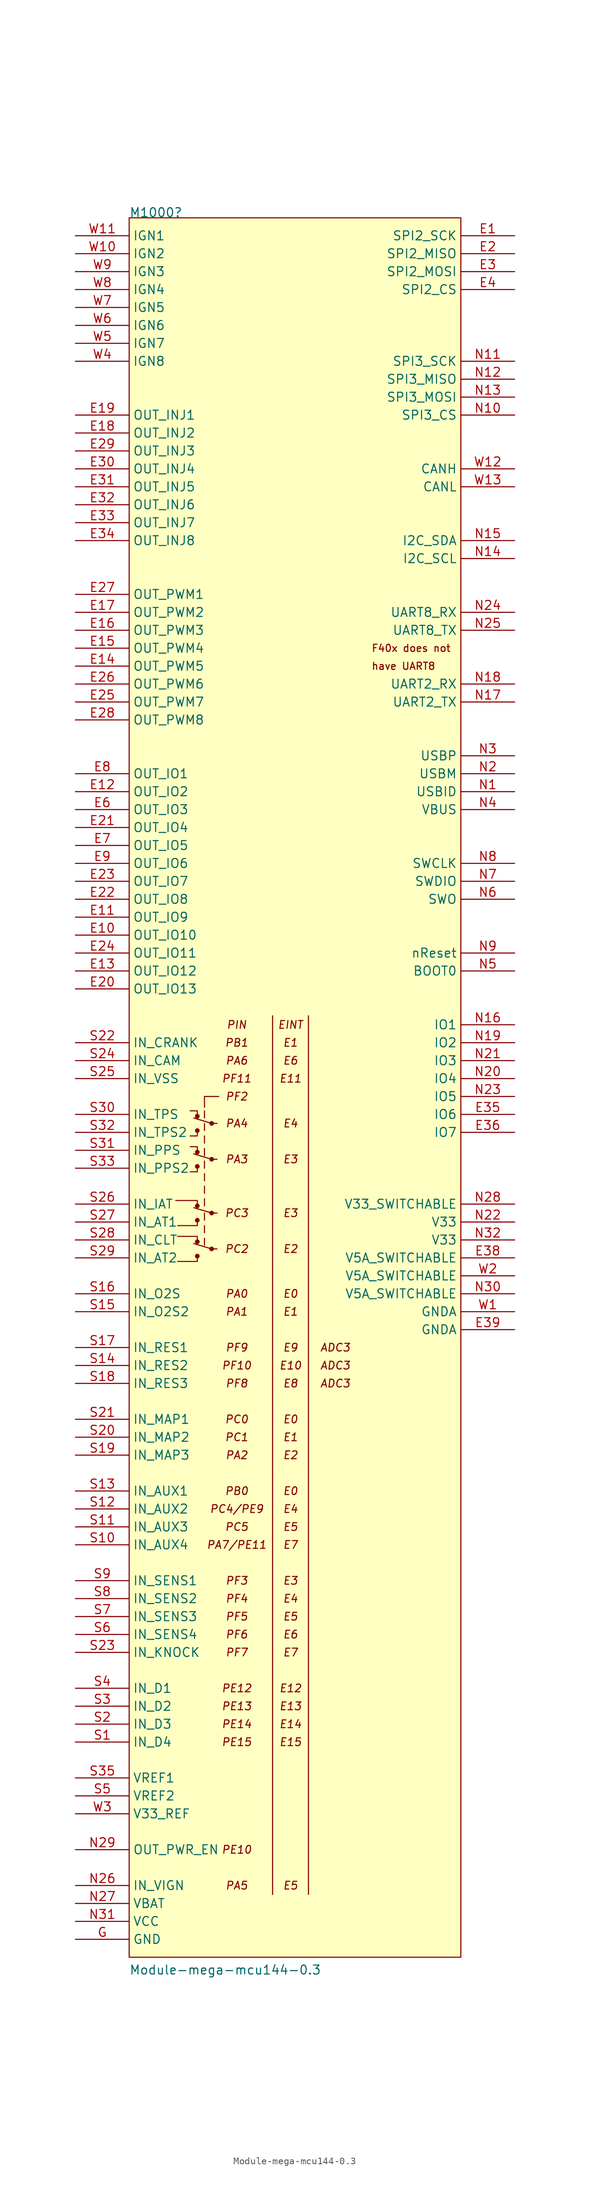
<source format=kicad_sym>
(kicad_symbol_lib
  (version 20211014)
  (generator kicad_symbol_editor)
  (symbol "Module-mega-mcu144-0.3"
    (property "Reference" "M1000"
      (at 7.62 2.54 0)
      (effects (font (size 1.27 1.27)) (justify left bottom)))
    (property "Value" "Module-mega-mcu144-0.3"
      (at 7.62 -246.38 0)
      (effects (font (size 1.27 1.27)) (justify left bottom)))
    (symbol "Module-mega-mcu144-0.3_0_1"
      (polyline (pts (xy 16.764 -142.748) (xy 19.304 -143.51)) (stroke (width 0) (type default) (color 0 0 0 0)) (fill (type none)))
      (polyline (pts (xy 16.764 -137.668) (xy 19.304 -138.43)) (stroke (width 0) (type default) (color 0 0 0 0)) (fill (type none)))
      (polyline (pts (xy 16.764 -130.048) (xy 19.304 -130.81)) (stroke (width 0) (type default) (color 0 0 0 0)) (fill (type none)))
      (polyline (pts (xy 16.764 -124.968) (xy 19.304 -125.73)) (stroke (width 0) (type default) (color 0 0 0 0)) (fill (type none)))
      (polyline (pts (xy 18.288 -143.002) (xy 18.288 -141.986)) (stroke (width 0) (type default) (color 0 0 0 0)) (fill (type none)))
      (polyline (pts (xy 18.288 -141.224) (xy 18.288 -140.208)) (stroke (width 0) (type default) (color 0 0 0 0)) (fill (type none)))
      (polyline (pts (xy 18.288 -139.446) (xy 18.288 -138.43)) (stroke (width 0) (type default) (color 0 0 0 0)) (fill (type none)))
      (polyline (pts (xy 18.288 -137.414) (xy 18.288 -136.398)) (stroke (width 0) (type default) (color 0 0 0 0)) (fill (type none)))
      (polyline (pts (xy 18.288 -135.636) (xy 18.288 -134.62)) (stroke (width 0) (type default) (color 0 0 0 0)) (fill (type none)))
      (polyline (pts (xy 18.288 -133.858) (xy 18.288 -132.842)) (stroke (width 0) (type default) (color 0 0 0 0)) (fill (type none)))
      (polyline (pts (xy 18.288 -132.08) (xy 18.288 -131.064)) (stroke (width 0) (type default) (color 0 0 0 0)) (fill (type none)))
      (polyline (pts (xy 18.288 -130.302) (xy 18.288 -129.286)) (stroke (width 0) (type default) (color 0 0 0 0)) (fill (type none)))
      (polyline (pts (xy 18.288 -128.524) (xy 18.288 -127.508)) (stroke (width 0) (type default) (color 0 0 0 0)) (fill (type none)))
      (polyline (pts (xy 18.288 -126.746) (xy 18.288 -125.73)) (stroke (width 0) (type default) (color 0 0 0 0)) (fill (type none)))
      (polyline (pts (xy 18.288 -124.968) (xy 18.288 -123.952)) (stroke (width 0) (type default) (color 0 0 0 0)) (fill (type none)))
      (polyline (pts (xy 18.288 -123.444) (xy 18.288 -121.92)) (stroke (width 0) (type default) (color 0 0 0 0)) (fill (type none)))
      (polyline (pts (xy 18.288 -121.92) (xy 20.32 -121.92)) (stroke (width 0) (type default) (color 0 0 0 0)) (fill (type none)))
      (polyline (pts (xy 19.304 -143.51) (xy 20.066 -143.51)) (stroke (width 0) (type default) (color 0 0 0 0)) (fill (type none)))
      (polyline (pts (xy 19.304 -138.43) (xy 20.066 -138.43)) (stroke (width 0) (type default) (color 0 0 0 0)) (fill (type none)))
      (polyline (pts (xy 19.304 -130.81) (xy 20.066 -130.81)) (stroke (width 0) (type default) (color 0 0 0 0)) (fill (type none)))
      (polyline (pts (xy 19.304 -125.73) (xy 20.066 -125.73)) (stroke (width 0) (type default) (color 0 0 0 0)) (fill (type none)))
      (polyline (pts (xy 17.272 -144.526) (xy 17.272 -145.288) (xy 14.478 -145.288)) (stroke (width 0) (type default) (color 0 0 0 0)) (fill (type none)))
      (polyline (pts (xy 17.272 -142.494) (xy 17.272 -141.732) (xy 14.478 -141.732)) (stroke (width 0) (type default) (color 0 0 0 0)) (fill (type none)))
      (polyline (pts (xy 17.272 -139.446) (xy 17.272 -140.208) (xy 14.478 -140.208)) (stroke (width 0) (type default) (color 0 0 0 0)) (fill (type none)))
      (polyline (pts (xy 17.272 -137.414) (xy 17.272 -136.652) (xy 14.224 -136.652)) (stroke (width 0) (type default) (color 0 0 0 0)) (fill (type none)))
      (polyline (pts (xy 17.272 -131.826) (xy 17.272 -132.588) (xy 16.256 -132.588)) (stroke (width 0) (type default) (color 0 0 0 0)) (fill (type none)))
      (polyline (pts (xy 17.272 -129.794) (xy 17.272 -129.032) (xy 16.256 -129.032)) (stroke (width 0) (type default) (color 0 0 0 0)) (fill (type none)))
      (polyline (pts (xy 17.272 -126.746) (xy 17.272 -127.508) (xy 16.256 -127.508)) (stroke (width 0) (type default) (color 0 0 0 0)) (fill (type none)))
      (polyline (pts (xy 17.272 -124.714) (xy 17.272 -123.952) (xy 16.256 -123.952)) (stroke (width 0) (type default) (color 0 0 0 0)) (fill (type none)))
      (circle (center 17.272 -144.526) (radius 0.254) (stroke (width 0) (type default) (color 0 0 0 0)) (fill (type outline)))
      (circle (center 17.272 -142.494) (radius 0.254) (stroke (width 0) (type default) (color 0 0 0 0)) (fill (type outline)))
      (circle (center 17.272 -139.446) (radius 0.254) (stroke (width 0) (type default) (color 0 0 0 0)) (fill (type outline)))
      (circle (center 17.272 -137.414) (radius 0.254) (stroke (width 0) (type default) (color 0 0 0 0)) (fill (type outline)))
      (circle (center 17.272 -131.826) (radius 0.254) (stroke (width 0) (type default) (color 0 0 0 0)) (fill (type outline)))
      (circle (center 17.272 -129.794) (radius 0.254) (stroke (width 0) (type default) (color 0 0 0 0)) (fill (type outline)))
      (circle (center 17.272 -126.746) (radius 0.254) (stroke (width 0) (type default) (color 0 0 0 0)) (fill (type outline)))
      (circle (center 17.272 -124.714) (radius 0.254) (stroke (width 0) (type default) (color 0 0 0 0)) (fill (type outline)))
      (circle (center 19.304 -143.51) (radius 0.254) (stroke (width 0) (type default) (color 0 0 0 0)) (fill (type outline)))
      (circle (center 19.304 -138.43) (radius 0.254) (stroke (width 0) (type default) (color 0 0 0 0)) (fill (type outline)))
      (circle (center 19.304 -130.81) (radius 0.254) (stroke (width 0) (type default) (color 0 0 0 0)) (fill (type outline)))
      (circle (center 19.304 -125.73) (radius 0.254) (stroke (width 0) (type default) (color 0 0 0 0)) (fill (type outline))))
    (symbol "Module-mega-mcu144-0.3_1_0"
      (polyline (pts (xy 27.94 -110.49) (xy 27.94 -234.95)) (stroke (width 0) (type default) (color 0 0 0 0)) (fill (type none)))
      (polyline (pts (xy 33.02 -110.49) (xy 33.02 -234.95)) (stroke (width 0) (type default) (color 0 0 0 0)) (fill (type none)))
      (rectangle (start 7.62 2.54) (end 54.61 -243.84) (stroke (width 0) (type default) (color 0 0 0 0)) (fill (type background)))
      (text "ADC3" (at 36.83 -162.56 0) (effects (font (size 1.1 1.1) italic)))
      (text "ADC3" (at 36.83 -160.02 0) (effects (font (size 1.1 1.1) italic)))
      (text "ADC3" (at 36.83 -157.48 0) (effects (font (size 1.1 1.1) italic)))
      (text "E0" (at 30.48 -177.8 0) (effects (font (size 1.1 1.1) italic)))
      (text "E0" (at 30.48 -167.64 0) (effects (font (size 1.1 1.1) italic)))
      (text "E0" (at 30.48 -149.86 0) (effects (font (size 1.1 1.1) italic)))
      (text "E1" (at 30.48 -170.18 0) (effects (font (size 1.1 1.1) italic)))
      (text "E1" (at 30.48 -152.4 0) (effects (font (size 1.1 1.1) italic)))
      (text "E1" (at 30.48 -114.3 0) (effects (font (size 1.1 1.1) italic)))
      (text "E10" (at 30.48 -160.02 0) (effects (font (size 1.1 1.1) italic)))
      (text "E11" (at 30.48 -119.38 0) (effects (font (size 1.1 1.1) italic)))
      (text "E12" (at 30.48 -205.74 0) (effects (font (size 1.1 1.1) italic)))
      (text "E13" (at 30.48 -208.28 0) (effects (font (size 1.1 1.1) italic)))
      (text "E14" (at 30.48 -210.82 0) (effects (font (size 1.1 1.1) italic)))
      (text "E15" (at 30.48 -213.36 0) (effects (font (size 1.1 1.1) italic)))
      (text "E2" (at 30.48 -172.72 0) (effects (font (size 1.1 1.1) italic)))
      (text "E2" (at 30.48 -143.51 0) (effects (font (size 1.1 1.1) italic)))
      (text "E3" (at 30.48 -190.5 0) (effects (font (size 1.1 1.1) italic)))
      (text "E3" (at 30.48 -138.43 0) (effects (font (size 1.1 1.1) italic)))
      (text "E3" (at 30.48 -130.81 0) (effects (font (size 1.1 1.1) italic)))
      (text "E4" (at 30.48 -193.04 0) (effects (font (size 1.1 1.1) italic)))
      (text "E4" (at 30.48 -180.34 0) (effects (font (size 1.1 1.1) italic)))
      (text "E4" (at 30.48 -125.73 0) (effects (font (size 1.1 1.1) italic)))
      (text "E5" (at 30.48 -233.68 0) (effects (font (size 1.1 1.1) italic)))
      (text "E5" (at 30.48 -195.58 0) (effects (font (size 1.1 1.1) italic)))
      (text "E5" (at 30.48 -182.88 0) (effects (font (size 1.1 1.1) italic)))
      (text "E6" (at 30.48 -198.12 0) (effects (font (size 1.1 1.1) italic)))
      (text "E6" (at 30.48 -116.84 0) (effects (font (size 1.1 1.1) italic)))
      (text "E7" (at 30.48 -200.66 0) (effects (font (size 1.1 1.1) italic)))
      (text "E7" (at 30.48 -185.42 0) (effects (font (size 1.1 1.1) italic)))
      (text "E8" (at 30.48 -162.56 0) (effects (font (size 1.1 1.1) italic)))
      (text "E9" (at 30.48 -157.48 0) (effects (font (size 1.1 1.1) italic)))
      (text "EINT" (at 30.48 -111.76 0) (effects (font (size 1.1 1.1) italic)))
      (text "F40x does not" (at 41.91 -58.42 0) (effects (font (size 1.016 1.016)) (justify left)))
      (text "have UART8" (at 41.91 -60.96 0) (effects (font (size 1.016 1.016)) (justify left)))
      (text "PA0" (at 22.86 -149.86 0) (effects (font (size 1.1 1.1) italic)))
      (text "PA1" (at 22.86 -152.4 0) (effects (font (size 1.1 1.1) italic)))
      (text "PA2" (at 22.86 -172.72 0) (effects (font (size 1.1 1.1) italic)))
      (text "PA3" (at 22.86 -130.81 0) (effects (font (size 1.1 1.1) italic)))
      (text "PA4" (at 22.86 -125.73 0) (effects (font (size 1.1 1.1) italic)))
      (text "PA5" (at 22.86 -233.68 0) (effects (font (size 1.1 1.1) italic)))
      (text "PA6" (at 22.86 -116.84 0) (effects (font (size 1.1 1.1) italic)))
      (text "PA7/PE11" (at 22.86 -185.42 0) (effects (font (size 1.1 1.1) italic)))
      (text "PB0" (at 22.86 -177.8 0) (effects (font (size 1.1 1.1) italic)))
      (text "PB1" (at 22.86 -114.3 0) (effects (font (size 1.1 1.1) italic)))
      (text "PC0" (at 22.86 -167.64 0) (effects (font (size 1.1 1.1) italic)))
      (text "PC1" (at 22.86 -170.18 0) (effects (font (size 1.1 1.1) italic)))
      (text "PC2" (at 22.86 -143.51 0) (effects (font (size 1.1 1.1) italic)))
      (text "PC3" (at 22.86 -138.43 0) (effects (font (size 1.1 1.1) italic)))
      (text "PC4/PE9" (at 22.86 -180.34 0) (effects (font (size 1.1 1.1) italic)))
      (text "PC5" (at 22.86 -182.88 0) (effects (font (size 1.1 1.1) italic)))
      (text "PE10" (at 22.86 -228.6 0) (effects (font (size 1.1 1.1) italic)))
      (text "PE12" (at 22.86 -205.74 0) (effects (font (size 1.1 1.1) italic)))
      (text "PE13" (at 22.86 -208.28 0) (effects (font (size 1.1 1.1) italic)))
      (text "PE14" (at 22.86 -210.82 0) (effects (font (size 1.1 1.1) italic)))
      (text "PE15" (at 22.86 -213.36 0) (effects (font (size 1.1 1.1) italic)))
      (text "PF10" (at 22.86 -160.02 0) (effects (font (size 1.1 1.1) italic)))
      (text "PF11" (at 22.86 -119.38 0) (effects (font (size 1.1 1.1) italic)))
      (text "PF2" (at 22.86 -121.92 0) (effects (font (size 1.1 1.1) italic)))
      (text "PF3" (at 22.86 -190.5 0) (effects (font (size 1.1 1.1) italic)))
      (text "PF4" (at 22.86 -193.04 0) (effects (font (size 1.1 1.1) italic)))
      (text "PF5" (at 22.86 -195.58 0) (effects (font (size 1.1 1.1) italic)))
      (text "PF6" (at 22.86 -198.12 0) (effects (font (size 1.1 1.1) italic)))
      (text "PF7" (at 22.86 -200.66 0) (effects (font (size 1.1 1.1) italic)))
      (text "PF8" (at 22.86 -162.56 0) (effects (font (size 1.1 1.1) italic)))
      (text "PF9" (at 22.86 -157.48 0) (effects (font (size 1.1 1.1) italic)))
      (text "PIN" (at 22.86 -111.76 0) (effects (font (size 1.1 1.1) italic)))
      (pin passive line (at 62.23 0 180) (length 7.62) (name "SPI2_SCK" (effects (font (size 1.27 1.27)))) (number "E1" (effects (font (size 1.27 1.27)))))
      (pin passive line (at 0 -99.06 0) (length 7.62) (name "OUT_IO10" (effects (font (size 1.27 1.27)))) (number "E10" (effects (font (size 1.27 1.27)))))
      (pin passive line (at 0 -96.52 0) (length 7.62) (name "OUT_IO9" (effects (font (size 1.27 1.27)))) (number "E11" (effects (font (size 1.27 1.27)))))
      (pin passive line (at 0 -78.74 0) (length 7.62) (name "OUT_IO2" (effects (font (size 1.27 1.27)))) (number "E12" (effects (font (size 1.27 1.27)))))
      (pin passive line (at 0 -104.14 0) (length 7.62) (name "OUT_IO12" (effects (font (size 1.27 1.27)))) (number "E13" (effects (font (size 1.27 1.27)))))
      (pin passive line (at 0 -60.96 0) (length 7.62) (name "OUT_PWM5" (effects (font (size 1.27 1.27)))) (number "E14" (effects (font (size 1.27 1.27)))))
      (pin passive line (at 0 -58.42 0) (length 7.62) (name "OUT_PWM4" (effects (font (size 1.27 1.27)))) (number "E15" (effects (font (size 1.27 1.27)))))
      (pin passive line (at 0 -55.88 0) (length 7.62) (name "OUT_PWM3" (effects (font (size 1.27 1.27)))) (number "E16" (effects (font (size 1.27 1.27)))))
      (pin passive line (at 0 -53.34 0) (length 7.62) (name "OUT_PWM2" (effects (font (size 1.27 1.27)))) (number "E17" (effects (font (size 1.27 1.27)))))
      (pin passive line (at 0 -27.94 0) (length 7.62) (name "OUT_INJ2" (effects (font (size 1.27 1.27)))) (number "E18" (effects (font (size 1.27 1.27)))))
      (pin passive line (at 0 -25.4 0) (length 7.62) (name "OUT_INJ1" (effects (font (size 1.27 1.27)))) (number "E19" (effects (font (size 1.27 1.27)))))
      (pin passive line (at 62.23 -2.54 180) (length 7.62) (name "SPI2_MISO" (effects (font (size 1.27 1.27)))) (number "E2" (effects (font (size 1.27 1.27)))))
      (pin passive line (at 0 -106.68 0) (length 7.62) (name "OUT_IO13" (effects (font (size 1.27 1.27)))) (number "E20" (effects (font (size 1.27 1.27)))))
      (pin passive line (at 0 -83.82 0) (length 7.62) (name "OUT_IO4" (effects (font (size 1.27 1.27)))) (number "E21" (effects (font (size 1.27 1.27)))))
      (pin passive line (at 0 -93.98 0) (length 7.62) (name "OUT_IO8" (effects (font (size 1.27 1.27)))) (number "E22" (effects (font (size 1.27 1.27)))))
      (pin passive line (at 0 -91.44 0) (length 7.62) (name "OUT_IO7" (effects (font (size 1.27 1.27)))) (number "E23" (effects (font (size 1.27 1.27)))))
      (pin passive line (at 0 -101.6 0) (length 7.62) (name "OUT_IO11" (effects (font (size 1.27 1.27)))) (number "E24" (effects (font (size 1.27 1.27)))))
      (pin passive line (at 0 -66.04 0) (length 7.62) (name "OUT_PWM7" (effects (font (size 1.27 1.27)))) (number "E25" (effects (font (size 1.27 1.27)))))
      (pin passive line (at 0 -63.5 0) (length 7.62) (name "OUT_PWM6" (effects (font (size 1.27 1.27)))) (number "E26" (effects (font (size 1.27 1.27)))))
      (pin passive line (at 0 -50.8 0) (length 7.62) (name "OUT_PWM1" (effects (font (size 1.27 1.27)))) (number "E27" (effects (font (size 1.27 1.27)))))
      (pin passive line (at 0 -68.58 0) (length 7.62) (name "OUT_PWM8" (effects (font (size 1.27 1.27)))) (number "E28" (effects (font (size 1.27 1.27)))))
      (pin passive line (at 0 -30.48 0) (length 7.62) (name "OUT_INJ3" (effects (font (size 1.27 1.27)))) (number "E29" (effects (font (size 1.27 1.27)))))
      (pin passive line (at 62.23 -5.08 180) (length 7.62) (name "SPI2_MOSI" (effects (font (size 1.27 1.27)))) (number "E3" (effects (font (size 1.27 1.27)))))
      (pin passive line (at 0 -33.02 0) (length 7.62) (name "OUT_INJ4" (effects (font (size 1.27 1.27)))) (number "E30" (effects (font (size 1.27 1.27)))))
      (pin passive line (at 0 -35.56 0) (length 7.62) (name "OUT_INJ5" (effects (font (size 1.27 1.27)))) (number "E31" (effects (font (size 1.27 1.27)))))
      (pin passive line (at 0 -38.1 0) (length 7.62) (name "OUT_INJ6" (effects (font (size 1.27 1.27)))) (number "E32" (effects (font (size 1.27 1.27)))))
      (pin passive line (at 0 -40.64 0) (length 7.62) (name "OUT_INJ7" (effects (font (size 1.27 1.27)))) (number "E33" (effects (font (size 1.27 1.27)))))
      (pin passive line (at 0 -43.18 0) (length 7.62) (name "OUT_INJ8" (effects (font (size 1.27 1.27)))) (number "E34" (effects (font (size 1.27 1.27)))))
      (pin passive line (at 62.23 -124.46 180) (length 7.62) (name "IO6" (effects (font (size 1.27 1.27)))) (number "E35" (effects (font (size 1.27 1.27)))))
      (pin passive line (at 62.23 -127 180) (length 7.62) (name "IO7" (effects (font (size 1.27 1.27)))) (number "E36" (effects (font (size 1.27 1.27)))))
      (pin passive line (at 62.23 -144.78 180) (length 7.62) (name "V5A_SWITCHABLE" (effects (font (size 1.27 1.27)))) (number "E38" (effects (font (size 1.27 1.27)))))
      (pin passive line (at 62.23 -154.94 180) (length 7.62) (name "GNDA" (effects (font (size 1.27 1.27)))) (number "E39" (effects (font (size 1.27 1.27)))))
      (pin passive line (at 62.23 -7.62 180) (length 7.62) (name "SPI2_CS" (effects (font (size 1.27 1.27)))) (number "E4" (effects (font (size 1.27 1.27)))))
      (pin passive line (at 0 -81.28 0) (length 7.62) (name "OUT_IO3" (effects (font (size 1.27 1.27)))) (number "E6" (effects (font (size 1.27 1.27)))))
      (pin passive line (at 0 -86.36 0) (length 7.62) (name "OUT_IO5" (effects (font (size 1.27 1.27)))) (number "E7" (effects (font (size 1.27 1.27)))))
      (pin passive line (at 0 -76.2 0) (length 7.62) (name "OUT_IO1" (effects (font (size 1.27 1.27)))) (number "E8" (effects (font (size 1.27 1.27)))))
      (pin passive line (at 0 -88.9 0) (length 7.62) (name "OUT_IO6" (effects (font (size 1.27 1.27)))) (number "E9" (effects (font (size 1.27 1.27)))))
      (pin passive line (at 0 -241.3 0) (length 7.62) (name "GND" (effects (font (size 1.27 1.27)))) (number "G" (effects (font (size 1.27 1.27)))))
      (pin passive line (at 62.23 -78.74 180) (length 7.62) (name "USBID" (effects (font (size 1.27 1.27)))) (number "N1" (effects (font (size 1.27 1.27)))))
      (pin passive line (at 62.23 -25.4 180) (length 7.62) (name "SPI3_CS" (effects (font (size 1.27 1.27)))) (number "N10" (effects (font (size 1.27 1.27)))))
      (pin passive line (at 62.23 -17.78 180) (length 7.62) (name "SPI3_SCK" (effects (font (size 1.27 1.27)))) (number "N11" (effects (font (size 1.27 1.27)))))
      (pin passive line (at 62.23 -20.32 180) (length 7.62) (name "SPI3_MISO" (effects (font (size 1.27 1.27)))) (number "N12" (effects (font (size 1.27 1.27)))))
      (pin passive line (at 62.23 -22.86 180) (length 7.62) (name "SPI3_MOSI" (effects (font (size 1.27 1.27)))) (number "N13" (effects (font (size 1.27 1.27)))))
      (pin passive line (at 62.23 -45.72 180) (length 7.62) (name "I2C_SCL" (effects (font (size 1.27 1.27)))) (number "N14" (effects (font (size 1.27 1.27)))))
      (pin passive line (at 62.23 -43.18 180) (length 7.62) (name "I2C_SDA" (effects (font (size 1.27 1.27)))) (number "N15" (effects (font (size 1.27 1.27)))))
      (pin passive line (at 62.23 -111.76 180) (length 7.62) (name "IO1" (effects (font (size 1.27 1.27)))) (number "N16" (effects (font (size 1.27 1.27)))))
      (pin passive line (at 62.23 -66.04 180) (length 7.62) (name "UART2_TX" (effects (font (size 1.27 1.27)))) (number "N17" (effects (font (size 1.27 1.27)))))
      (pin passive line (at 62.23 -63.5 180) (length 7.62) (name "UART2_RX" (effects (font (size 1.27 1.27)))) (number "N18" (effects (font (size 1.27 1.27)))))
      (pin passive line (at 62.23 -114.3 180) (length 7.62) (name "IO2" (effects (font (size 1.27 1.27)))) (number "N19" (effects (font (size 1.27 1.27)))))
      (pin passive line (at 62.23 -76.2 180) (length 7.62) (name "USBM" (effects (font (size 1.27 1.27)))) (number "N2" (effects (font (size 1.27 1.27)))))
      (pin passive line (at 62.23 -119.38 180) (length 7.62) (name "IO4" (effects (font (size 1.27 1.27)))) (number "N20" (effects (font (size 1.27 1.27)))))
      (pin passive line (at 62.23 -116.84 180) (length 7.62) (name "IO3" (effects (font (size 1.27 1.27)))) (number "N21" (effects (font (size 1.27 1.27)))))
      (pin passive line (at 62.23 -139.7 180) (length 7.62) (name "V33" (effects (font (size 1.27 1.27)))) (number "N22" (effects (font (size 1.27 1.27)))))
      (pin passive line (at 62.23 -121.92 180) (length 7.62) (name "IO5" (effects (font (size 1.27 1.27)))) (number "N23" (effects (font (size 1.27 1.27)))))
      (pin passive line (at 62.23 -53.34 180) (length 7.62) (name "UART8_RX" (effects (font (size 1.27 1.27)))) (number "N24" (effects (font (size 1.27 1.27)))))
      (pin passive line (at 62.23 -55.88 180) (length 7.62) (name "UART8_TX" (effects (font (size 1.27 1.27)))) (number "N25" (effects (font (size 1.27 1.27)))))
      (pin passive line (at 0 -233.68 0) (length 7.62) (name "IN_VIGN" (effects (font (size 1.27 1.27)))) (number "N26" (effects (font (size 1.27 1.27)))))
      (pin passive line (at 0 -236.22 0) (length 7.62) (name "VBAT" (effects (font (size 1.27 1.27)))) (number "N27" (effects (font (size 1.27 1.27)))))
      (pin passive line (at 62.23 -137.16 180) (length 7.62) (name "V33_SWITCHABLE" (effects (font (size 1.27 1.27)))) (number "N28" (effects (font (size 1.27 1.27)))))
      (pin passive line (at 0 -228.6 0) (length 7.62) (name "OUT_PWR_EN" (effects (font (size 1.27 1.27)))) (number "N29" (effects (font (size 1.27 1.27)))))
      (pin passive line (at 62.23 -73.66 180) (length 7.62) (name "USBP" (effects (font (size 1.27 1.27)))) (number "N3" (effects (font (size 1.27 1.27)))))
      (pin passive line (at 62.23 -149.86 180) (length 7.62) (name "V5A_SWITCHABLE" (effects (font (size 1.27 1.27)))) (number "N30" (effects (font (size 1.27 1.27)))))
      (pin passive line (at 0 -238.76 0) (length 7.62) (name "VCC" (effects (font (size 1.27 1.27)))) (number "N31" (effects (font (size 1.27 1.27)))))
      (pin passive line (at 62.23 -142.24 180) (length 7.62) (name "V33" (effects (font (size 1.27 1.27)))) (number "N32" (effects (font (size 1.27 1.27)))))
      (pin passive line (at 62.23 -81.28 180) (length 7.62) (name "VBUS" (effects (font (size 1.27 1.27)))) (number "N4" (effects (font (size 1.27 1.27)))))
      (pin passive line (at 62.23 -104.14 180) (length 7.62) (name "BOOT0" (effects (font (size 1.27 1.27)))) (number "N5" (effects (font (size 1.27 1.27)))))
      (pin passive line (at 62.23 -93.98 180) (length 7.62) (name "SWO" (effects (font (size 1.27 1.27)))) (number "N6" (effects (font (size 1.27 1.27)))))
      (pin passive line (at 62.23 -91.44 180) (length 7.62) (name "SWDIO" (effects (font (size 1.27 1.27)))) (number "N7" (effects (font (size 1.27 1.27)))))
      (pin passive line (at 62.23 -88.9 180) (length 7.62) (name "SWCLK" (effects (font (size 1.27 1.27)))) (number "N8" (effects (font (size 1.27 1.27)))))
      (pin passive line (at 62.23 -101.6 180) (length 7.62) (name "nReset" (effects (font (size 1.27 1.27)))) (number "N9" (effects (font (size 1.27 1.27)))))
      (pin passive line (at 0 -213.36 0) (length 7.62) (name "IN_D4" (effects (font (size 1.27 1.27)))) (number "S1" (effects (font (size 1.27 1.27)))))
      (pin passive line (at 0 -185.42 0) (length 7.62) (name "IN_AUX4" (effects (font (size 1.27 1.27)))) (number "S10" (effects (font (size 1.27 1.27)))))
      (pin passive line (at 0 -182.88 0) (length 7.62) (name "IN_AUX3" (effects (font (size 1.27 1.27)))) (number "S11" (effects (font (size 1.27 1.27)))))
      (pin passive line (at 0 -180.34 0) (length 7.62) (name "IN_AUX2" (effects (font (size 1.27 1.27)))) (number "S12" (effects (font (size 1.27 1.27)))))
      (pin passive line (at 0 -177.8 0) (length 7.62) (name "IN_AUX1" (effects (font (size 1.27 1.27)))) (number "S13" (effects (font (size 1.27 1.27)))))
      (pin passive line (at 0 -160.02 0) (length 7.62) (name "IN_RES2" (effects (font (size 1.27 1.27)))) (number "S14" (effects (font (size 1.27 1.27)))))
      (pin passive line (at 0 -152.4 0) (length 7.62) (name "IN_O2S2" (effects (font (size 1.27 1.27)))) (number "S15" (effects (font (size 1.27 1.27)))))
      (pin passive line (at 0 -149.86 0) (length 7.62) (name "IN_O2S" (effects (font (size 1.27 1.27)))) (number "S16" (effects (font (size 1.27 1.27)))))
      (pin passive line (at 0 -157.48 0) (length 7.62) (name "IN_RES1" (effects (font (size 1.27 1.27)))) (number "S17" (effects (font (size 1.27 1.27)))))
      (pin passive line (at 0 -162.56 0) (length 7.62) (name "IN_RES3" (effects (font (size 1.27 1.27)))) (number "S18" (effects (font (size 1.27 1.27)))))
      (pin passive line (at 0 -172.72 0) (length 7.62) (name "IN_MAP3" (effects (font (size 1.27 1.27)))) (number "S19" (effects (font (size 1.27 1.27)))))
      (pin passive line (at 0 -210.82 0) (length 7.62) (name "IN_D3" (effects (font (size 1.27 1.27)))) (number "S2" (effects (font (size 1.27 1.27)))))
      (pin passive line (at 0 -170.18 0) (length 7.62) (name "IN_MAP2" (effects (font (size 1.27 1.27)))) (number "S20" (effects (font (size 1.27 1.27)))))
      (pin passive line (at 0 -167.64 0) (length 7.62) (name "IN_MAP1" (effects (font (size 1.27 1.27)))) (number "S21" (effects (font (size 1.27 1.27)))))
      (pin passive line (at 0 -114.3 0) (length 7.62) (name "IN_CRANK" (effects (font (size 1.27 1.27)))) (number "S22" (effects (font (size 1.27 1.27)))))
      (pin passive line (at 0 -200.66 0) (length 7.62) (name "IN_KNOCK" (effects (font (size 1.27 1.27)))) (number "S23" (effects (font (size 1.27 1.27)))))
      (pin passive line (at 0 -116.84 0) (length 7.62) (name "IN_CAM" (effects (font (size 1.27 1.27)))) (number "S24" (effects (font (size 1.27 1.27)))))
      (pin passive line (at 0 -119.38 0) (length 7.62) (name "IN_VSS" (effects (font (size 1.27 1.27)))) (number "S25" (effects (font (size 1.27 1.27)))))
      (pin passive line (at 0 -137.16 0) (length 7.62) (name "IN_IAT" (effects (font (size 1.27 1.27)))) (number "S26" (effects (font (size 1.27 1.27)))))
      (pin passive line (at 0 -139.7 0) (length 7.62) (name "IN_AT1" (effects (font (size 1.27 1.27)))) (number "S27" (effects (font (size 1.27 1.27)))))
      (pin passive line (at 0 -142.24 0) (length 7.62) (name "IN_CLT" (effects (font (size 1.27 1.27)))) (number "S28" (effects (font (size 1.27 1.27)))))
      (pin passive line (at 0 -144.78 0) (length 7.62) (name "IN_AT2" (effects (font (size 1.27 1.27)))) (number "S29" (effects (font (size 1.27 1.27)))))
      (pin passive line (at 0 -208.28 0) (length 7.62) (name "IN_D2" (effects (font (size 1.27 1.27)))) (number "S3" (effects (font (size 1.27 1.27)))))
      (pin passive line (at 0 -124.46 0) (length 7.62) (name "IN_TPS" (effects (font (size 1.27 1.27)))) (number "S30" (effects (font (size 1.27 1.27)))))
      (pin passive line (at 0 -129.54 0) (length 7.62) (name "IN_PPS" (effects (font (size 1.27 1.27)))) (number "S31" (effects (font (size 1.27 1.27)))))
      (pin passive line (at 0 -127 0) (length 7.62) (name "IN_TPS2" (effects (font (size 1.27 1.27)))) (number "S32" (effects (font (size 1.27 1.27)))))
      (pin passive line (at 0 -132.08 0) (length 7.62) (name "IN_PPS2" (effects (font (size 1.27 1.27)))) (number "S33" (effects (font (size 1.27 1.27)))))
      (pin passive line (at 0 -218.44 0) (length 7.62) (name "VREF1" (effects (font (size 1.27 1.27)))) (number "S35" (effects (font (size 1.27 1.27)))))
      (pin passive line (at 0 -205.74 0) (length 7.62) (name "IN_D1" (effects (font (size 1.27 1.27)))) (number "S4" (effects (font (size 1.27 1.27)))))
      (pin passive line (at 0 -220.98 0) (length 7.62) (name "VREF2" (effects (font (size 1.27 1.27)))) (number "S5" (effects (font (size 1.27 1.27)))))
      (pin passive line (at 0 -198.12 0) (length 7.62) (name "IN_SENS4" (effects (font (size 1.27 1.27)))) (number "S6" (effects (font (size 1.27 1.27)))))
      (pin passive line (at 0 -195.58 0) (length 7.62) (name "IN_SENS3" (effects (font (size 1.27 1.27)))) (number "S7" (effects (font (size 1.27 1.27)))))
      (pin passive line (at 0 -193.04 0) (length 7.62) (name "IN_SENS2" (effects (font (size 1.27 1.27)))) (number "S8" (effects (font (size 1.27 1.27)))))
      (pin passive line (at 0 -190.5 0) (length 7.62) (name "IN_SENS1" (effects (font (size 1.27 1.27)))) (number "S9" (effects (font (size 1.27 1.27)))))
      (pin passive line (at 62.23 -152.4 180) (length 7.62) (name "GNDA" (effects (font (size 1.27 1.27)))) (number "W1" (effects (font (size 1.27 1.27)))))
      (pin passive line (at 0 -2.54 0) (length 7.62) (name "IGN2" (effects (font (size 1.27 1.27)))) (number "W10" (effects (font (size 1.27 1.27)))))
      (pin passive line (at 0 0 0) (length 7.62) (name "IGN1" (effects (font (size 1.27 1.27)))) (number "W11" (effects (font (size 1.27 1.27)))))
      (pin passive line (at 62.23 -33.02 180) (length 7.62) (name "CANH" (effects (font (size 1.27 1.27)))) (number "W12" (effects (font (size 1.27 1.27)))))
      (pin passive line (at 62.23 -35.56 180) (length 7.62) (name "CANL" (effects (font (size 1.27 1.27)))) (number "W13" (effects (font (size 1.27 1.27)))))
      (pin passive line (at 62.23 -147.32 180) (length 7.62) (name "V5A_SWITCHABLE" (effects (font (size 1.27 1.27)))) (number "W2" (effects (font (size 1.27 1.27)))))
      (pin passive line (at 0 -223.52 0) (length 7.62) (name "V33_REF" (effects (font (size 1.27 1.27)))) (number "W3" (effects (font (size 1.27 1.27)))))
      (pin passive line (at 0 -17.78 0) (length 7.62) (name "IGN8" (effects (font (size 1.27 1.27)))) (number "W4" (effects (font (size 1.27 1.27)))))
      (pin passive line (at 0 -15.24 0) (length 7.62) (name "IGN7" (effects (font (size 1.27 1.27)))) (number "W5" (effects (font (size 1.27 1.27)))))
      (pin passive line (at 0 -12.7 0) (length 7.62) (name "IGN6" (effects (font (size 1.27 1.27)))) (number "W6" (effects (font (size 1.27 1.27)))))
      (pin passive line (at 0 -10.16 0) (length 7.62) (name "IGN5" (effects (font (size 1.27 1.27)))) (number "W7" (effects (font (size 1.27 1.27)))))
      (pin passive line (at 0 -7.62 0) (length 7.62) (name "IGN4" (effects (font (size 1.27 1.27)))) (number "W8" (effects (font (size 1.27 1.27)))))
      (pin passive line (at 0 -5.08 0) (length 7.62) (name "IGN3" (effects (font (size 1.27 1.27)))) (number "W9" (effects (font (size 1.27 1.27))))))))
</source>
